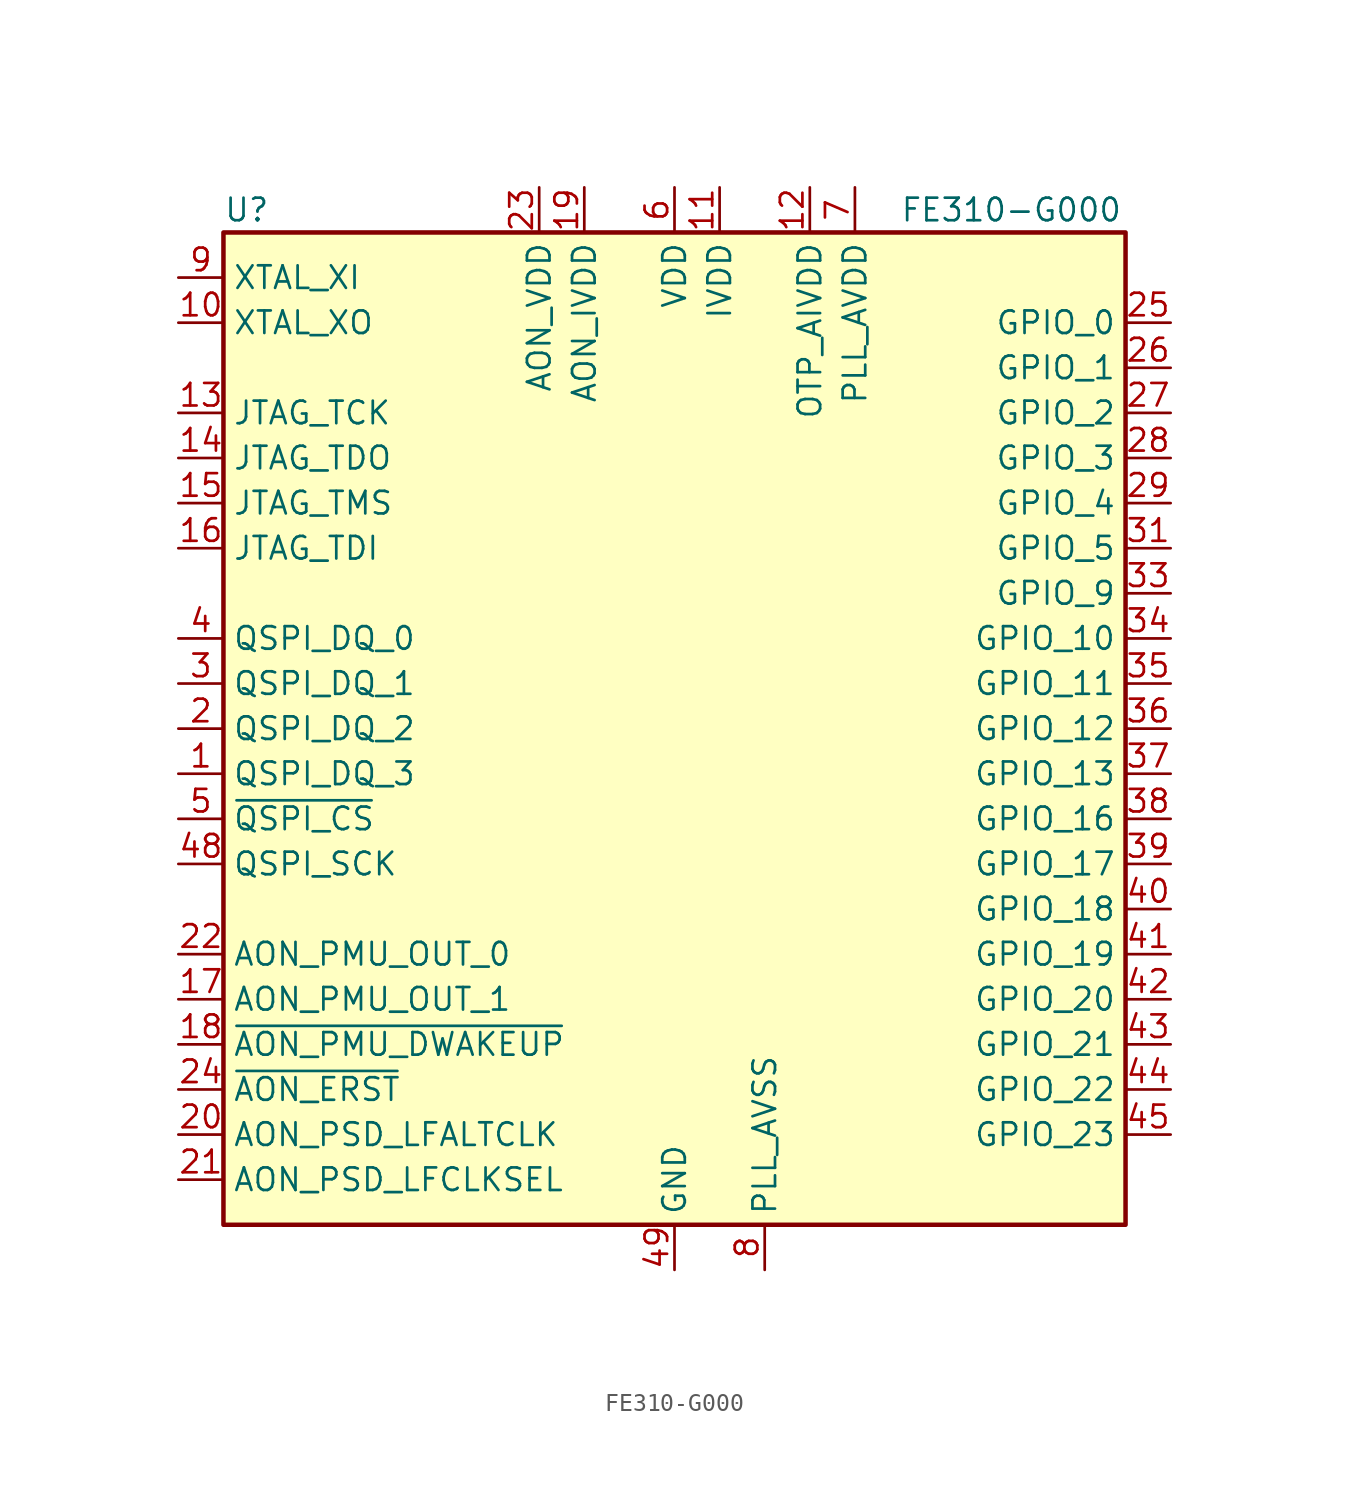
<source format=kicad_sym>
(kicad_symbol_lib
  (version 20201005)
  (generator kicad_symbol_editor)
  (symbol "MCU_SiFive:FE310-G000"
    (property "Reference" "U"
      (at -25.4 29.21 0)
      (effects (font (size 1.27 1.27)) (justify left)))
    (property "Value" "FE310-G000"
      (at 12.7 29.21 0)
      (effects (font (size 1.27 1.27)) (justify left)))
    (symbol "FE310-G000_0_1"
      (rectangle (start -25.4 27.94) (end 25.4 -27.94) (stroke (width 0.254)) (fill (type background))))
    (symbol "FE310-G000_1_1"
      (pin bidirectional line (at -27.94 -2.54 0) (length 2.54) (name "QSPI_DQ_3" (effects (font (size 1.27 1.27)))) (number "1" (effects (font (size 1.27 1.27)))))
      (pin output line (at -27.94 22.86 0) (length 2.54) (name "XTAL_XO" (effects (font (size 1.27 1.27)))) (number "10" (effects (font (size 1.27 1.27)))))
      (pin power_in line (at 2.54 30.48 270) (length 2.54) (name "IVDD" (effects (font (size 1.27 1.27)))) (number "11" (effects (font (size 1.27 1.27)))))
      (pin power_in line (at 7.62 30.48 270) (length 2.54) (name "OTP_AIVDD" (effects (font (size 1.27 1.27)))) (number "12" (effects (font (size 1.27 1.27)))))
      (pin input line (at -27.94 17.78 0) (length 2.54) (name "JTAG_TCK" (effects (font (size 1.27 1.27)))) (number "13" (effects (font (size 1.27 1.27)))))
      (pin output line (at -27.94 15.24 0) (length 2.54) (name "JTAG_TDO" (effects (font (size 1.27 1.27)))) (number "14" (effects (font (size 1.27 1.27)))))
      (pin input line (at -27.94 12.7 0) (length 2.54) (name "JTAG_TMS" (effects (font (size 1.27 1.27)))) (number "15" (effects (font (size 1.27 1.27)))))
      (pin input line (at -27.94 10.16 0) (length 2.54) (name "JTAG_TDI" (effects (font (size 1.27 1.27)))) (number "16" (effects (font (size 1.27 1.27)))))
      (pin output line (at -27.94 -15.24 0) (length 2.54) (name "AON_PMU_OUT_1" (effects (font (size 1.27 1.27)))) (number "17" (effects (font (size 1.27 1.27)))))
      (pin input line (at -27.94 -17.78 0) (length 2.54) (name "~AON_PMU_DWAKEUP" (effects (font (size 1.27 1.27)))) (number "18" (effects (font (size 1.27 1.27)))))
      (pin power_in line (at -5.08 30.48 270) (length 2.54) (name "AON_IVDD" (effects (font (size 1.27 1.27)))) (number "19" (effects (font (size 1.27 1.27)))))
      (pin bidirectional line (at -27.94 0 0) (length 2.54) (name "QSPI_DQ_2" (effects (font (size 1.27 1.27)))) (number "2" (effects (font (size 1.27 1.27)))))
      (pin input line (at -27.94 -22.86 0) (length 2.54) (name "AON_PSD_LFALTCLK" (effects (font (size 1.27 1.27)))) (number "20" (effects (font (size 1.27 1.27)))))
      (pin input line (at -27.94 -25.4 0) (length 2.54) (name "AON_PSD_LFCLKSEL" (effects (font (size 1.27 1.27)))) (number "21" (effects (font (size 1.27 1.27)))))
      (pin output line (at -27.94 -12.7 0) (length 2.54) (name "AON_PMU_OUT_0" (effects (font (size 1.27 1.27)))) (number "22" (effects (font (size 1.27 1.27)))))
      (pin power_in line (at -7.62 30.48 270) (length 2.54) (name "AON_VDD" (effects (font (size 1.27 1.27)))) (number "23" (effects (font (size 1.27 1.27)))))
      (pin input line (at -27.94 -20.32 0) (length 2.54) (name "~AON_ERST" (effects (font (size 1.27 1.27)))) (number "24" (effects (font (size 1.27 1.27)))))
      (pin bidirectional line (at 27.94 22.86 180) (length 2.54) (name "GPIO_0" (effects (font (size 1.27 1.27)))) (number "25" (effects (font (size 1.27 1.27)))))
      (pin bidirectional line (at 27.94 20.32 180) (length 2.54) (name "GPIO_1" (effects (font (size 1.27 1.27)))) (number "26" (effects (font (size 1.27 1.27)))))
      (pin bidirectional line (at 27.94 17.78 180) (length 2.54) (name "GPIO_2" (effects (font (size 1.27 1.27)))) (number "27" (effects (font (size 1.27 1.27)))))
      (pin bidirectional line (at 27.94 15.24 180) (length 2.54) (name "GPIO_3" (effects (font (size 1.27 1.27)))) (number "28" (effects (font (size 1.27 1.27)))))
      (pin bidirectional line (at 27.94 12.7 180) (length 2.54) (name "GPIO_4" (effects (font (size 1.27 1.27)))) (number "29" (effects (font (size 1.27 1.27)))))
      (pin bidirectional line (at -27.94 2.54 0) (length 2.54) (name "QSPI_DQ_1" (effects (font (size 1.27 1.27)))) (number "3" (effects (font (size 1.27 1.27)))))
      (pin passive line (at 0 30.48 270) (length 2.54) hide (name "VDD" (effects (font (size 1.27 1.27)))) (number "30" (effects (font (size 1.27 1.27)))))
      (pin bidirectional line (at 27.94 10.16 180) (length 2.54) (name "GPIO_5" (effects (font (size 1.27 1.27)))) (number "31" (effects (font (size 1.27 1.27)))))
      (pin passive line (at 2.54 30.48 270) (length 2.54) hide (name "IVDD" (effects (font (size 1.27 1.27)))) (number "32" (effects (font (size 1.27 1.27)))))
      (pin bidirectional line (at 27.94 7.62 180) (length 2.54) (name "GPIO_9" (effects (font (size 1.27 1.27)))) (number "33" (effects (font (size 1.27 1.27)))))
      (pin bidirectional line (at 27.94 5.08 180) (length 2.54) (name "GPIO_10" (effects (font (size 1.27 1.27)))) (number "34" (effects (font (size 1.27 1.27)))))
      (pin bidirectional line (at 27.94 2.54 180) (length 2.54) (name "GPIO_11" (effects (font (size 1.27 1.27)))) (number "35" (effects (font (size 1.27 1.27)))))
      (pin bidirectional line (at 27.94 0 180) (length 2.54) (name "GPIO_12" (effects (font (size 1.27 1.27)))) (number "36" (effects (font (size 1.27 1.27)))))
      (pin bidirectional line (at 27.94 -2.54 180) (length 2.54) (name "GPIO_13" (effects (font (size 1.27 1.27)))) (number "37" (effects (font (size 1.27 1.27)))))
      (pin bidirectional line (at 27.94 -5.08 180) (length 2.54) (name "GPIO_16" (effects (font (size 1.27 1.27)))) (number "38" (effects (font (size 1.27 1.27)))))
      (pin bidirectional line (at 27.94 -7.62 180) (length 2.54) (name "GPIO_17" (effects (font (size 1.27 1.27)))) (number "39" (effects (font (size 1.27 1.27)))))
      (pin bidirectional line (at -27.94 5.08 0) (length 2.54) (name "QSPI_DQ_0" (effects (font (size 1.27 1.27)))) (number "4" (effects (font (size 1.27 1.27)))))
      (pin bidirectional line (at 27.94 -10.16 180) (length 2.54) (name "GPIO_18" (effects (font (size 1.27 1.27)))) (number "40" (effects (font (size 1.27 1.27)))))
      (pin bidirectional line (at 27.94 -12.7 180) (length 2.54) (name "GPIO_19" (effects (font (size 1.27 1.27)))) (number "41" (effects (font (size 1.27 1.27)))))
      (pin bidirectional line (at 27.94 -15.24 180) (length 2.54) (name "GPIO_20" (effects (font (size 1.27 1.27)))) (number "42" (effects (font (size 1.27 1.27)))))
      (pin bidirectional line (at 27.94 -17.78 180) (length 2.54) (name "GPIO_21" (effects (font (size 1.27 1.27)))) (number "43" (effects (font (size 1.27 1.27)))))
      (pin bidirectional line (at 27.94 -20.32 180) (length 2.54) (name "GPIO_22" (effects (font (size 1.27 1.27)))) (number "44" (effects (font (size 1.27 1.27)))))
      (pin bidirectional line (at 27.94 -22.86 180) (length 2.54) (name "GPIO_23" (effects (font (size 1.27 1.27)))) (number "45" (effects (font (size 1.27 1.27)))))
      (pin passive line (at 0 30.48 270) (length 2.54) hide (name "VDD" (effects (font (size 1.27 1.27)))) (number "46" (effects (font (size 1.27 1.27)))))
      (pin passive line (at 2.54 30.48 270) (length 2.54) hide (name "IVDD" (effects (font (size 1.27 1.27)))) (number "47" (effects (font (size 1.27 1.27)))))
      (pin output line (at -27.94 -7.62 0) (length 2.54) (name "QSPI_SCK" (effects (font (size 1.27 1.27)))) (number "48" (effects (font (size 1.27 1.27)))))
      (pin power_in line (at 0 -30.48 90) (length 2.54) (name "GND" (effects (font (size 1.27 1.27)))) (number "49" (effects (font (size 1.27 1.27)))))
      (pin output line (at -27.94 -5.08 0) (length 2.54) (name "~QSPI_CS" (effects (font (size 1.27 1.27)))) (number "5" (effects (font (size 1.27 1.27)))))
      (pin power_in line (at 0 30.48 270) (length 2.54) (name "VDD" (effects (font (size 1.27 1.27)))) (number "6" (effects (font (size 1.27 1.27)))))
      (pin power_in line (at 10.16 30.48 270) (length 2.54) (name "PLL_AVDD" (effects (font (size 1.27 1.27)))) (number "7" (effects (font (size 1.27 1.27)))))
      (pin power_in line (at 5.08 -30.48 90) (length 2.54) (name "PLL_AVSS" (effects (font (size 1.27 1.27)))) (number "8" (effects (font (size 1.27 1.27)))))
      (pin input line (at -27.94 25.4 0) (length 2.54) (name "XTAL_XI" (effects (font (size 1.27 1.27)))) (number "9" (effects (font (size 1.27 1.27))))))))
</source>
